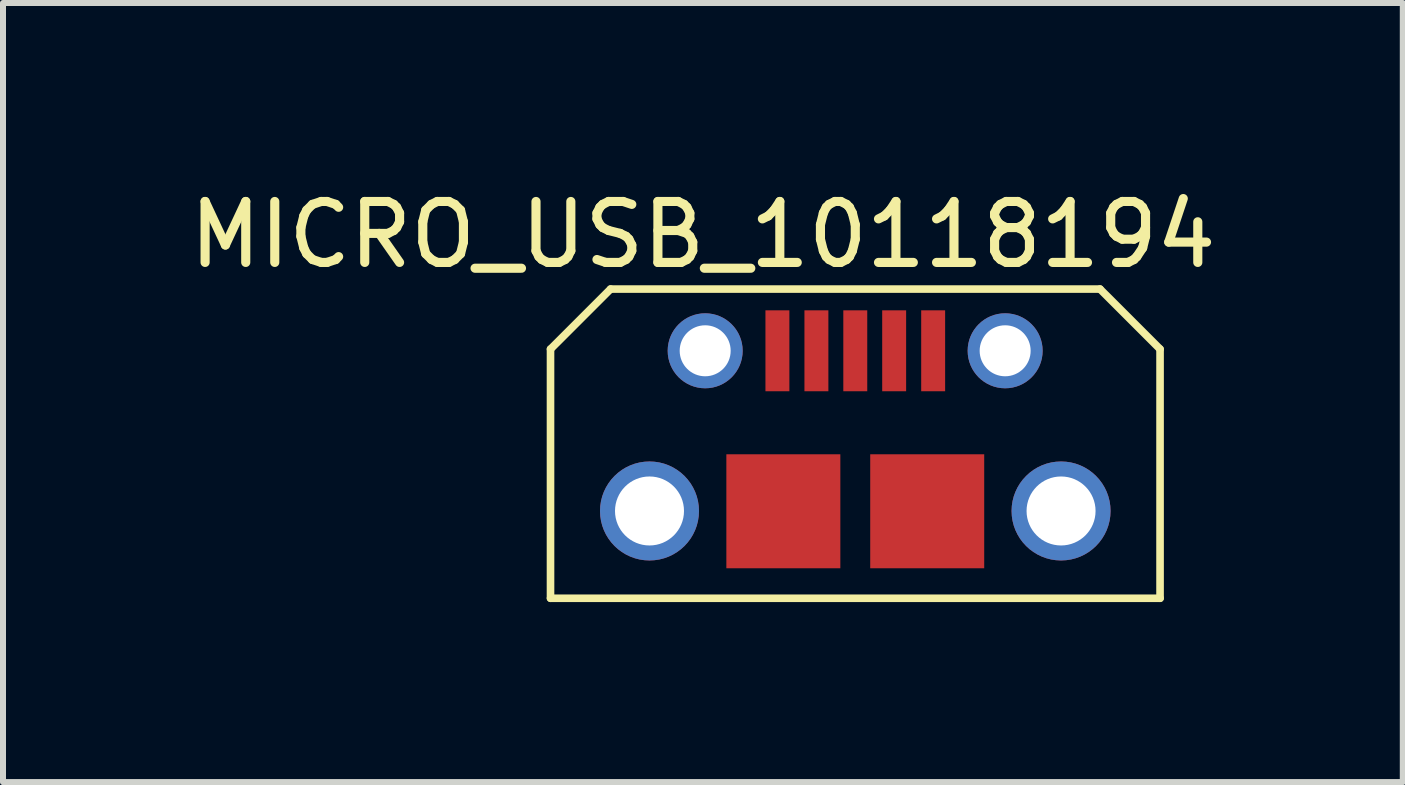
<source format=kicad_pcb>
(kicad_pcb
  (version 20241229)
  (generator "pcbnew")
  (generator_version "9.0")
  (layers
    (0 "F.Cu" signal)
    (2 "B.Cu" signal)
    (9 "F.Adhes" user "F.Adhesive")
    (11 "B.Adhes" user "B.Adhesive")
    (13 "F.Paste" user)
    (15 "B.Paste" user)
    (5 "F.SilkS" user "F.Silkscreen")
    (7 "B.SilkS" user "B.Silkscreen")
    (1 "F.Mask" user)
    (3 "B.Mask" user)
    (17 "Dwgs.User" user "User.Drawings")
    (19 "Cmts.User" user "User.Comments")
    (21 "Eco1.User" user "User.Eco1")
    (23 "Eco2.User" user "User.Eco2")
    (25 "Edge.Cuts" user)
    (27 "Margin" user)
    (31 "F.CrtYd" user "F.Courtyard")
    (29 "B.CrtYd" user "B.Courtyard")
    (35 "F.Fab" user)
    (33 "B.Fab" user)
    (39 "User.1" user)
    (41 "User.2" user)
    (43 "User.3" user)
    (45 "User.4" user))
  (footprint "MICRO_USB_10118194"
    (layer "F.Cu")
    (at 11.206 4.067)
    (property "Reference" "MICRO_USB_10118194" (at -2.54 -3.205 0) (layer "F.SilkS") (effects (font (size 1.016 1.016) (thickness 0.152))))
    (attr smd)
    (fp_line (start -5.08 -1.298) (end -4.079 -2.299) (stroke (width 0.127) (type solid)) (layer "F.SilkS"))
    (fp_line (start -5.08 2.855) (end -5.08 -1.298) (stroke (width 0.127) (type solid)) (layer "F.SilkS"))
    (fp_line (start -5.08 2.855) (end 5.08 2.855) (stroke (width 0.127) (type solid)) (layer "F.SilkS"))
    (fp_line (start -4.079 -2.299) (end 4.079 -2.299) (stroke (width 0.127) (type solid)) (layer "F.SilkS"))
    (fp_line (start -3.548 1.049) (end -3.548 1.748) (stroke (width 0.008) (type solid)) (layer "F.SilkS"))
    (fp_line (start 4.079 -2.299) (end 5.08 -1.298) (stroke (width 0.127) (type solid)) (layer "F.SilkS"))
    (fp_line (start 5.08 -1.298) (end 5.08 2.855) (stroke (width 0.127) (type solid)) (layer "F.SilkS"))
    (pad "1" smd rect (at -1.298 -1.27 180) (size 0.399 1.349) (layers "F.Cu" "F.Mask" "F.Paste"))
    (pad "2" smd rect (at -0.648 -1.27 180) (size 0.399 1.349) (layers "F.Cu" "F.Mask" "F.Paste"))
    (pad "3" smd rect (at 0 -1.27 180) (size 0.399 1.349) (layers "F.Cu" "F.Mask" "F.Paste"))
    (pad "4" smd rect (at 0.648 -1.27 180) (size 0.399 1.349) (layers "F.Cu" "F.Mask" "F.Paste"))
    (pad "5" smd rect (at 1.298 -1.27 180) (size 0.399 1.349) (layers "F.Cu" "F.Mask" "F.Paste"))
    (pad "S3" thru_hole circle (at 2.498 -1.27 180) (size 1.25 1.25) (drill 0.85) (layers "*.Cu" "*.Mask"))
    (pad "S4" thru_hole circle (at -2.502 -1.27 180) (size 1.25 1.25) (drill 0.85) (layers "*.Cu" "*.Mask"))
    (pad "S5" smd rect (at -1.199 1.405) (size 1.9 1.9) (layers "F.Cu" "F.Mask" "F.Paste"))
    (pad "S6" smd rect (at 1.199 1.405) (size 1.9 1.9) (layers "F.Cu" "F.Mask" "F.Paste"))
    (pad "SLOT" thru_hole circle (at -3.43 1.4) (size 1.65 1.65) (drill 1.15) (layers "*.Cu" "*.Mask"))
    (pad "SLOT" thru_hole circle (at 3.43 1.4) (size 1.65 1.65) (drill 1.15) (layers "*.Cu" "*.Mask")))
  (gr_rect
    (start -3 -3)
    (end 20.332 9.986)
    (stroke (width 0.1) (type default))
    (fill no)
    (layer "Edge.Cuts")))
</source>
